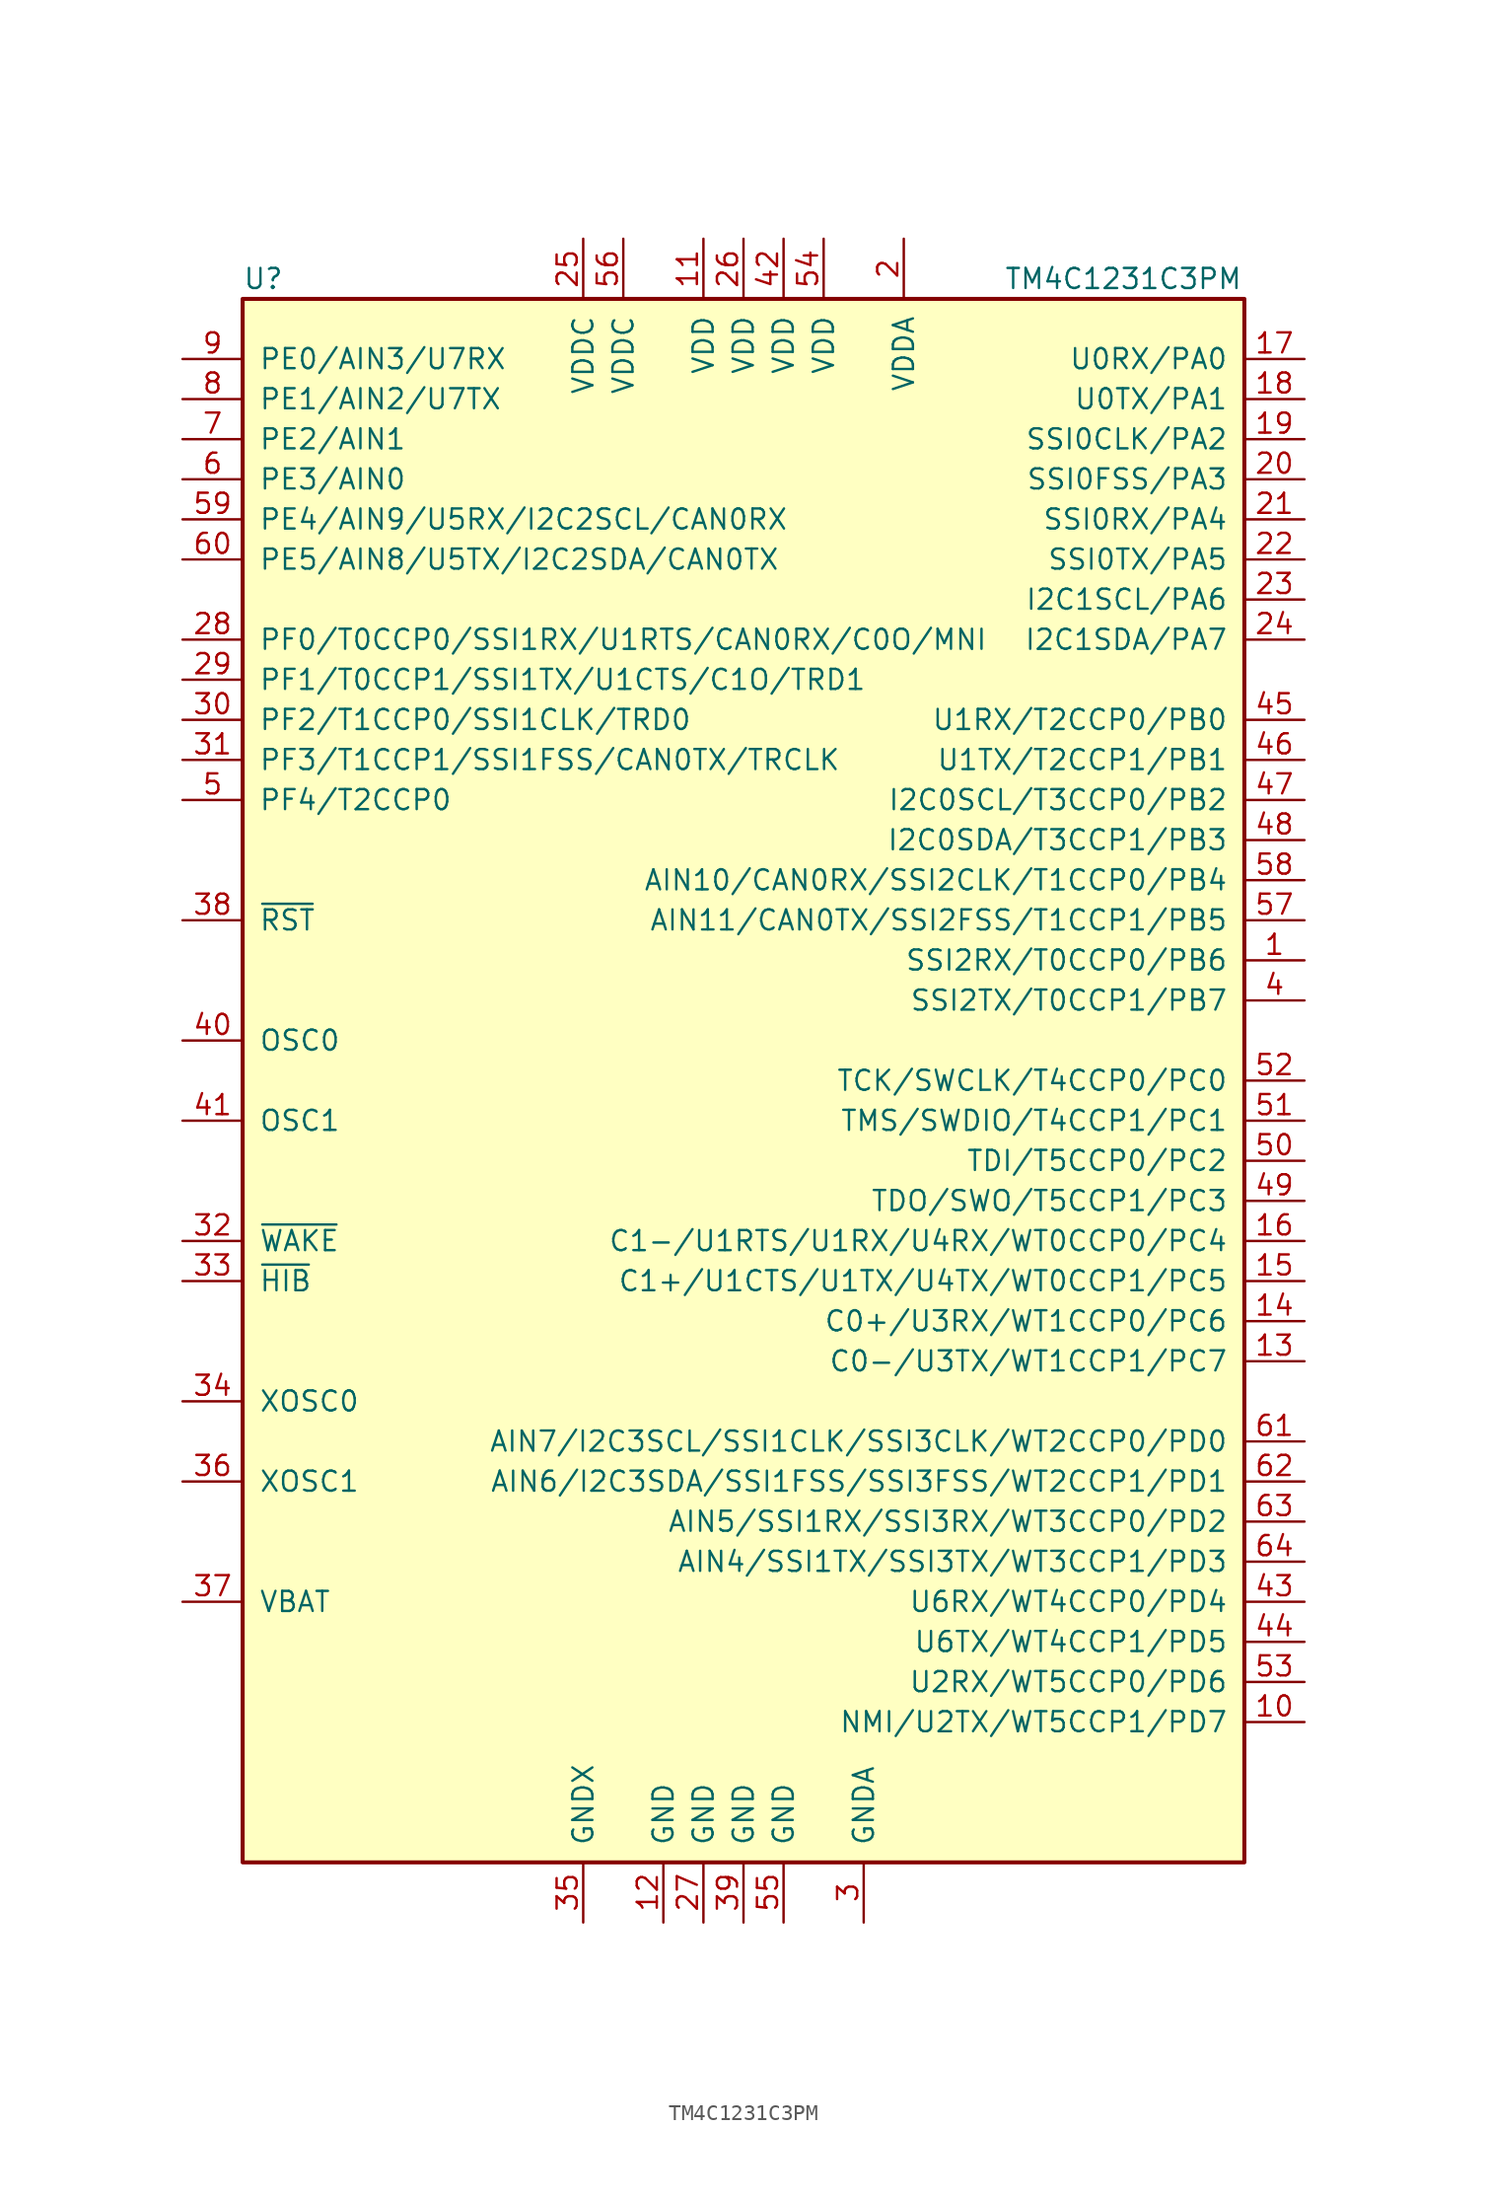
<source format=kicad_sym>
(kicad_symbol_lib
  (version 20201005)
  (generator kicad_symbol_editor)
  (symbol "MCU_Texas:TM4C1231C3PM"
    (pin_names
      (offset 1.016))
    (property "Reference" "U"
      (at -31.75 50.8 0)
      (effects (font (size 1.27 1.27)) (justify left)))
    (property "Value" "TM4C1231C3PM"
      (at 16.51 50.8 0)
      (effects (font (size 1.27 1.27)) (justify left)))
    (symbol "TM4C1231C3PM_0_1"
      (rectangle (start -31.75 49.53) (end 31.75 -49.53) (stroke (width 0.254)) (fill (type background))))
    (symbol "TM4C1231C3PM_1_1"
      (pin bidirectional line (at 35.56 7.62 180) (length 3.81) (name "SSI2RX/T0CCP0/PB6" (effects (font (size 1.27 1.27)))) (number "1" (effects (font (size 1.27 1.27)))))
      (pin power_in line (at 10.16 53.34 270) (length 3.81) (name "VDDA" (effects (font (size 1.27 1.27)))) (number "2" (effects (font (size 1.27 1.27)))))
      (pin power_in line (at 7.62 -53.34 90) (length 3.81) (name "GNDA" (effects (font (size 1.27 1.27)))) (number "3" (effects (font (size 1.27 1.27)))))
      (pin bidirectional line (at 35.56 5.08 180) (length 3.81) (name "SSI2TX/T0CCP1/PB7" (effects (font (size 1.27 1.27)))) (number "4" (effects (font (size 1.27 1.27)))))
      (pin bidirectional line (at -35.56 17.78 0) (length 3.81) (name "PF4/T2CCP0" (effects (font (size 1.27 1.27)))) (number "5" (effects (font (size 1.27 1.27)))))
      (pin bidirectional line (at -35.56 38.1 0) (length 3.81) (name "PE3/AIN0" (effects (font (size 1.27 1.27)))) (number "6" (effects (font (size 1.27 1.27)))))
      (pin bidirectional line (at -35.56 40.64 0) (length 3.81) (name "PE2/AIN1" (effects (font (size 1.27 1.27)))) (number "7" (effects (font (size 1.27 1.27)))))
      (pin bidirectional line (at -35.56 43.18 0) (length 3.81) (name "PE1/AIN2/U7TX" (effects (font (size 1.27 1.27)))) (number "8" (effects (font (size 1.27 1.27)))))
      (pin bidirectional line (at -35.56 45.72 0) (length 3.81) (name "PE0/AIN3/U7RX" (effects (font (size 1.27 1.27)))) (number "9" (effects (font (size 1.27 1.27)))))
      (pin bidirectional line (at 35.56 -40.64 180) (length 3.81) (name "NMI/U2TX/WT5CCP1/PD7" (effects (font (size 1.27 1.27)))) (number "10" (effects (font (size 1.27 1.27)))))
      (pin bidirectional line (at 35.56 38.1 180) (length 3.81) (name "SSI0FSS/PA3" (effects (font (size 1.27 1.27)))) (number "20" (effects (font (size 1.27 1.27)))))
      (pin bidirectional line (at -35.56 22.86 0) (length 3.81) (name "PF2/T1CCP0/SSI1CLK/TRD0" (effects (font (size 1.27 1.27)))) (number "30" (effects (font (size 1.27 1.27)))))
      (pin passive line (at -35.56 2.54 0) (length 3.81) (name "OSC0" (effects (font (size 1.27 1.27)))) (number "40" (effects (font (size 1.27 1.27)))))
      (pin bidirectional line (at 35.56 -5.08 180) (length 3.81) (name "TDI/T5CCP0/PC2" (effects (font (size 1.27 1.27)))) (number "50" (effects (font (size 1.27 1.27)))))
      (pin bidirectional line (at -35.56 33.02 0) (length 3.81) (name "PE5/AIN8/U5TX/I2C2SDA/CAN0TX" (effects (font (size 1.27 1.27)))) (number "60" (effects (font (size 1.27 1.27)))))
      (pin power_in line (at -2.54 53.34 270) (length 3.81) (name "VDD" (effects (font (size 1.27 1.27)))) (number "11" (effects (font (size 1.27 1.27)))))
      (pin bidirectional line (at 35.56 35.56 180) (length 3.81) (name "SSI0RX/PA4" (effects (font (size 1.27 1.27)))) (number "21" (effects (font (size 1.27 1.27)))))
      (pin bidirectional line (at -35.56 20.32 0) (length 3.81) (name "PF3/T1CCP1/SSI1FSS/CAN0TX/TRCLK" (effects (font (size 1.27 1.27)))) (number "31" (effects (font (size 1.27 1.27)))))
      (pin passive line (at -35.56 -2.54 0) (length 3.81) (name "OSC1" (effects (font (size 1.27 1.27)))) (number "41" (effects (font (size 1.27 1.27)))))
      (pin bidirectional line (at 35.56 -2.54 180) (length 3.81) (name "TMS/SWDIO/T4CCP1/PC1" (effects (font (size 1.27 1.27)))) (number "51" (effects (font (size 1.27 1.27)))))
      (pin bidirectional line (at 35.56 -22.86 180) (length 3.81) (name "AIN7/I2C3SCL/SSI1CLK/SSI3CLK/WT2CCP0/PD0" (effects (font (size 1.27 1.27)))) (number "61" (effects (font (size 1.27 1.27)))))
      (pin power_in line (at -5.08 -53.34 90) (length 3.81) (name "GND" (effects (font (size 1.27 1.27)))) (number "12" (effects (font (size 1.27 1.27)))))
      (pin bidirectional line (at 35.56 33.02 180) (length 3.81) (name "SSI0TX/PA5" (effects (font (size 1.27 1.27)))) (number "22" (effects (font (size 1.27 1.27)))))
      (pin input line (at -35.56 -10.16 0) (length 3.81) (name "~WAKE~" (effects (font (size 1.27 1.27)))) (number "32" (effects (font (size 1.27 1.27)))))
      (pin power_in line (at 2.54 53.34 270) (length 3.81) (name "VDD" (effects (font (size 1.27 1.27)))) (number "42" (effects (font (size 1.27 1.27)))))
      (pin bidirectional line (at 35.56 0 180) (length 3.81) (name "TCK/SWCLK/T4CCP0/PC0" (effects (font (size 1.27 1.27)))) (number "52" (effects (font (size 1.27 1.27)))))
      (pin bidirectional line (at 35.56 -25.4 180) (length 3.81) (name "AIN6/I2C3SDA/SSI1FSS/SSI3FSS/WT2CCP1/PD1" (effects (font (size 1.27 1.27)))) (number "62" (effects (font (size 1.27 1.27)))))
      (pin bidirectional line (at 35.56 -17.78 180) (length 3.81) (name "C0-/U3TX/WT1CCP1/PC7" (effects (font (size 1.27 1.27)))) (number "13" (effects (font (size 1.27 1.27)))))
      (pin bidirectional line (at 35.56 30.48 180) (length 3.81) (name "I2C1SCL/PA6" (effects (font (size 1.27 1.27)))) (number "23" (effects (font (size 1.27 1.27)))))
      (pin open_collector line (at -35.56 -12.7 0) (length 3.81) (name "~HIB~" (effects (font (size 1.27 1.27)))) (number "33" (effects (font (size 1.27 1.27)))))
      (pin bidirectional line (at 35.56 -33.02 180) (length 3.81) (name "U6RX/WT4CCP0/PD4" (effects (font (size 1.27 1.27)))) (number "43" (effects (font (size 1.27 1.27)))))
      (pin bidirectional line (at 35.56 -38.1 180) (length 3.81) (name "U2RX/WT5CCP0/PD6" (effects (font (size 1.27 1.27)))) (number "53" (effects (font (size 1.27 1.27)))))
      (pin bidirectional line (at 35.56 -27.94 180) (length 3.81) (name "AIN5/SSI1RX/SSI3RX/WT3CCP0/PD2" (effects (font (size 1.27 1.27)))) (number "63" (effects (font (size 1.27 1.27)))))
      (pin bidirectional line (at 35.56 -15.24 180) (length 3.81) (name "C0+/U3RX/WT1CCP0/PC6" (effects (font (size 1.27 1.27)))) (number "14" (effects (font (size 1.27 1.27)))))
      (pin bidirectional line (at 35.56 27.94 180) (length 3.81) (name "I2C1SDA/PA7" (effects (font (size 1.27 1.27)))) (number "24" (effects (font (size 1.27 1.27)))))
      (pin passive line (at -35.56 -20.32 0) (length 3.81) (name "XOSC0" (effects (font (size 1.27 1.27)))) (number "34" (effects (font (size 1.27 1.27)))))
      (pin bidirectional line (at 35.56 -35.56 180) (length 3.81) (name "U6TX/WT4CCP1/PD5" (effects (font (size 1.27 1.27)))) (number "44" (effects (font (size 1.27 1.27)))))
      (pin power_in line (at 5.08 53.34 270) (length 3.81) (name "VDD" (effects (font (size 1.27 1.27)))) (number "54" (effects (font (size 1.27 1.27)))))
      (pin bidirectional line (at 35.56 -30.48 180) (length 3.81) (name "AIN4/SSI1TX/SSI3TX/WT3CCP1/PD3" (effects (font (size 1.27 1.27)))) (number "64" (effects (font (size 1.27 1.27)))))
      (pin bidirectional line (at 35.56 -12.7 180) (length 3.81) (name "C1+/U1CTS/U1TX/U4TX/WT0CCP1/PC5" (effects (font (size 1.27 1.27)))) (number "15" (effects (font (size 1.27 1.27)))))
      (pin power_in line (at -10.16 53.34 270) (length 3.81) (name "VDDC" (effects (font (size 1.27 1.27)))) (number "25" (effects (font (size 1.27 1.27)))))
      (pin power_in line (at -10.16 -53.34 90) (length 3.81) (name "GNDX" (effects (font (size 1.27 1.27)))) (number "35" (effects (font (size 1.27 1.27)))))
      (pin bidirectional line (at 35.56 22.86 180) (length 3.81) (name "U1RX/T2CCP0/PB0" (effects (font (size 1.27 1.27)))) (number "45" (effects (font (size 1.27 1.27)))))
      (pin power_in line (at 2.54 -53.34 90) (length 3.81) (name "GND" (effects (font (size 1.27 1.27)))) (number "55" (effects (font (size 1.27 1.27)))))
      (pin bidirectional line (at 35.56 -10.16 180) (length 3.81) (name "C1-/U1RTS/U1RX/U4RX/WT0CCP0/PC4" (effects (font (size 1.27 1.27)))) (number "16" (effects (font (size 1.27 1.27)))))
      (pin power_in line (at 0 53.34 270) (length 3.81) (name "VDD" (effects (font (size 1.27 1.27)))) (number "26" (effects (font (size 1.27 1.27)))))
      (pin passive line (at -35.56 -25.4 0) (length 3.81) (name "XOSC1" (effects (font (size 1.27 1.27)))) (number "36" (effects (font (size 1.27 1.27)))))
      (pin bidirectional line (at 35.56 20.32 180) (length 3.81) (name "U1TX/T2CCP1/PB1" (effects (font (size 1.27 1.27)))) (number "46" (effects (font (size 1.27 1.27)))))
      (pin power_in line (at -7.62 53.34 270) (length 3.81) (name "VDDC" (effects (font (size 1.27 1.27)))) (number "56" (effects (font (size 1.27 1.27)))))
      (pin bidirectional line (at 35.56 45.72 180) (length 3.81) (name "U0RX/PA0" (effects (font (size 1.27 1.27)))) (number "17" (effects (font (size 1.27 1.27)))))
      (pin power_in line (at -2.54 -53.34 90) (length 3.81) (name "GND" (effects (font (size 1.27 1.27)))) (number "27" (effects (font (size 1.27 1.27)))))
      (pin passive line (at -35.56 -33.02 0) (length 3.81) (name "VBAT" (effects (font (size 1.27 1.27)))) (number "37" (effects (font (size 1.27 1.27)))))
      (pin bidirectional line (at 35.56 17.78 180) (length 3.81) (name "I2C0SCL/T3CCP0/PB2" (effects (font (size 1.27 1.27)))) (number "47" (effects (font (size 1.27 1.27)))))
      (pin bidirectional line (at 35.56 10.16 180) (length 3.81) (name "AIN11/CAN0TX/SSI2FSS/T1CCP1/PB5" (effects (font (size 1.27 1.27)))) (number "57" (effects (font (size 1.27 1.27)))))
      (pin bidirectional line (at 35.56 43.18 180) (length 3.81) (name "U0TX/PA1" (effects (font (size 1.27 1.27)))) (number "18" (effects (font (size 1.27 1.27)))))
      (pin bidirectional line (at -35.56 27.94 0) (length 3.81) (name "PF0/T0CCP0/SSI1RX/U1RTS/CAN0RX/C0O/MNI" (effects (font (size 1.27 1.27)))) (number "28" (effects (font (size 1.27 1.27)))))
      (pin input line (at -35.56 10.16 0) (length 3.81) (name "~RST~" (effects (font (size 1.27 1.27)))) (number "38" (effects (font (size 1.27 1.27)))))
      (pin bidirectional line (at 35.56 15.24 180) (length 3.81) (name "I2C0SDA/T3CCP1/PB3" (effects (font (size 1.27 1.27)))) (number "48" (effects (font (size 1.27 1.27)))))
      (pin bidirectional line (at 35.56 12.7 180) (length 3.81) (name "AIN10/CAN0RX/SSI2CLK/T1CCP0/PB4" (effects (font (size 1.27 1.27)))) (number "58" (effects (font (size 1.27 1.27)))))
      (pin bidirectional line (at 35.56 40.64 180) (length 3.81) (name "SSI0CLK/PA2" (effects (font (size 1.27 1.27)))) (number "19" (effects (font (size 1.27 1.27)))))
      (pin bidirectional line (at -35.56 25.4 0) (length 3.81) (name "PF1/T0CCP1/SSI1TX/U1CTS/C1O/TRD1" (effects (font (size 1.27 1.27)))) (number "29" (effects (font (size 1.27 1.27)))))
      (pin bidirectional line (at 0 -53.34 90) (length 3.81) (name "GND" (effects (font (size 1.27 1.27)))) (number "39" (effects (font (size 1.27 1.27)))))
      (pin bidirectional line (at 35.56 -7.62 180) (length 3.81) (name "TDO/SWO/T5CCP1/PC3" (effects (font (size 1.27 1.27)))) (number "49" (effects (font (size 1.27 1.27)))))
      (pin bidirectional line (at -35.56 35.56 0) (length 3.81) (name "PE4/AIN9/U5RX/I2C2SCL/CAN0RX" (effects (font (size 1.27 1.27)))) (number "59" (effects (font (size 1.27 1.27))))))))
</source>
